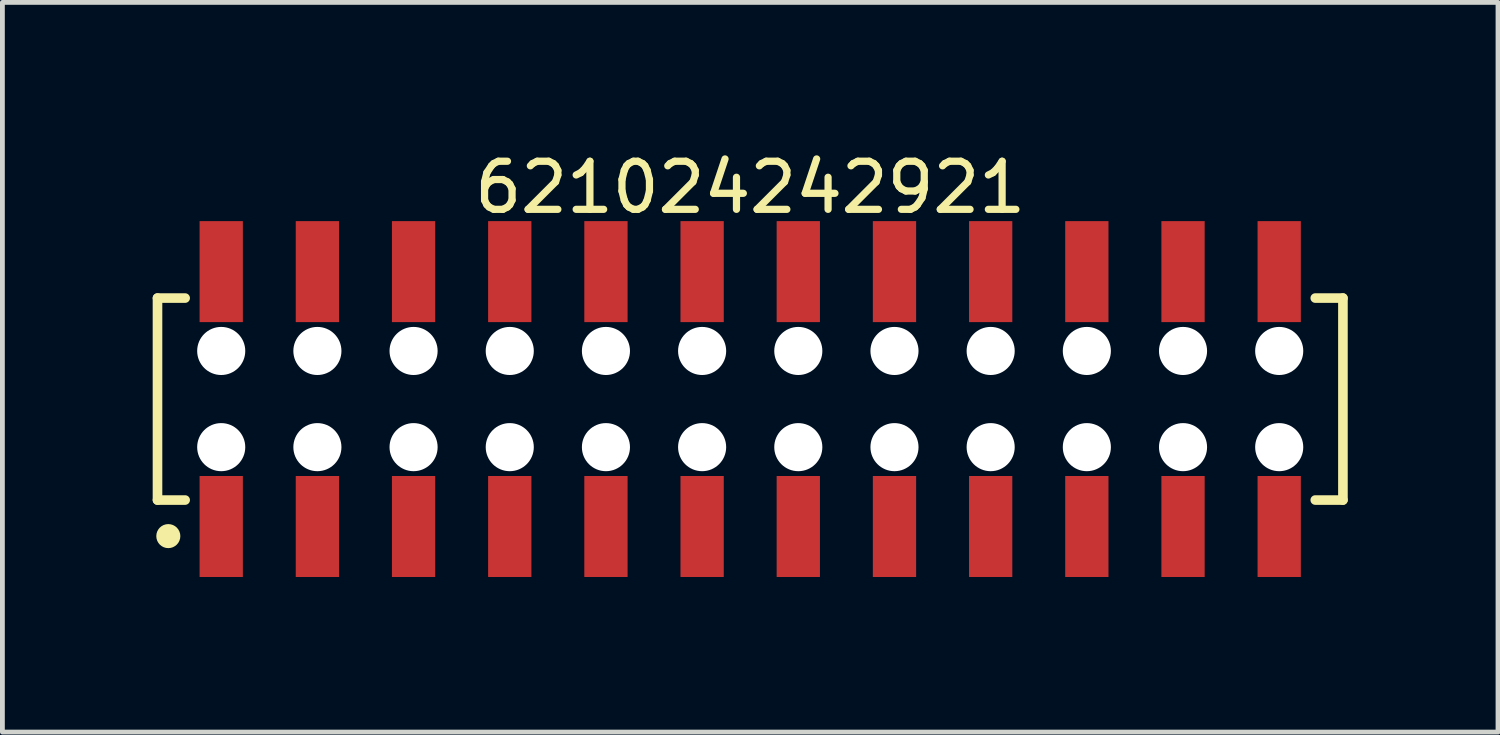
<source format=kicad_pcb>
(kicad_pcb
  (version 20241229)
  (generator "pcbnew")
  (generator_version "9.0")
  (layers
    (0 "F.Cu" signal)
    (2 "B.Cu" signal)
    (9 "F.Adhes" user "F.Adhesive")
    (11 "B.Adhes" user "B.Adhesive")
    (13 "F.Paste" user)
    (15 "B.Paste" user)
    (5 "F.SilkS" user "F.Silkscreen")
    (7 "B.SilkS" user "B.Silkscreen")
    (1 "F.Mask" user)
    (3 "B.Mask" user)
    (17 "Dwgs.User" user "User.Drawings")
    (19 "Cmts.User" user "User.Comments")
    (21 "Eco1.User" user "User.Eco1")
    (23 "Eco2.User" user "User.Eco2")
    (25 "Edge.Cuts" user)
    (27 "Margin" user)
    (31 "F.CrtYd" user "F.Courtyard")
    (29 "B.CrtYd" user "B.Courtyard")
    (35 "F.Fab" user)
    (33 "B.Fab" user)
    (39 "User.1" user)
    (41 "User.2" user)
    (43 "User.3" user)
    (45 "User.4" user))
  (footprint "621024242921"
    (layer "F.Cu")
    (at 12.55 5.248)
    (property "Reference" "621024242921" (at 0 -4.4 0) (layer "F.SilkS") (effects (font (size 1 1) (thickness 0.15))))
    (fp_line (start -12.325 -2.1) (end -11.75 -2.1) (stroke (width 0.2) (type solid)) (layer "F.SilkS"))
    (fp_line (start -12.325 2.1) (end -12.325 -2.1) (stroke (width 0.2) (type solid)) (layer "F.SilkS"))
    (fp_line (start -12.325 2.1) (end -11.75 2.1) (stroke (width 0.2) (type solid)) (layer "F.SilkS"))
    (fp_line (start 11.75 -2.1) (end 12.325 -2.1) (stroke (width 0.2) (type solid)) (layer "F.SilkS"))
    (fp_line (start 11.75 2.1) (end 12.325 2.1) (stroke (width 0.2) (type solid)) (layer "F.SilkS"))
    (fp_line (start 12.325 2.1) (end 12.325 -2.1) (stroke (width 0.2) (type solid)) (layer "F.SilkS"))
    (fp_circle (center -12.1 2.85) (end -12.1 2.725) (stroke (width 0.25) (type solid)) (fill no) (layer "F.SilkS"))
    (fp_line (start -12.525 -3.9) (end 12.525 -3.9) (stroke (width 0.05) (type solid)) (layer "Eco2.User"))
    (fp_line (start -12.525 3.9) (end -12.525 -3.9) (stroke (width 0.05) (type solid)) (layer "Eco2.User"))
    (fp_line (start -12.525 3.9) (end 12.525 3.9) (stroke (width 0.05) (type solid)) (layer "Eco2.User"))
    (fp_line (start -12.2 -2) (end 12.2 -2) (stroke (width 0.1) (type solid)) (layer "Eco2.User"))
    (fp_line (start -12.2 2) (end -12.2 -2) (stroke (width 0.1) (type solid)) (layer "Eco2.User"))
    (fp_line (start -12.2 2) (end 12.2 2) (stroke (width 0.1) (type solid)) (layer "Eco2.User"))
    (fp_line (start -11.25 -3.1) (end -10.75 -3.1) (stroke (width 0.1) (type solid)) (layer "Eco2.User"))
    (fp_line (start -11.25 -2) (end -11.25 -3.1) (stroke (width 0.1) (type solid)) (layer "Eco2.User"))
    (fp_line (start -11.25 3.1) (end -11.25 2) (stroke (width 0.1) (type solid)) (layer "Eco2.User"))
    (fp_line (start -11.25 3.1) (end -10.75 3.1) (stroke (width 0.1) (type solid)) (layer "Eco2.User"))
    (fp_line (start -10.75 -2) (end -10.75 -3.1) (stroke (width 0.1) (type solid)) (layer "Eco2.User"))
    (fp_line (start -10.75 3.1) (end -10.75 2) (stroke (width 0.1) (type solid)) (layer "Eco2.User"))
    (fp_line (start -9.25 -3.1) (end -8.75 -3.1) (stroke (width 0.1) (type solid)) (layer "Eco2.User"))
    (fp_line (start -9.25 -2) (end -9.25 -3.1) (stroke (width 0.1) (type solid)) (layer "Eco2.User"))
    (fp_line (start -9.25 3.1) (end -9.25 2) (stroke (width 0.1) (type solid)) (layer "Eco2.User"))
    (fp_line (start -9.25 3.1) (end -8.75 3.1) (stroke (width 0.1) (type solid)) (layer "Eco2.User"))
    (fp_line (start -8.75 -2) (end -8.75 -3.1) (stroke (width 0.1) (type solid)) (layer "Eco2.User"))
    (fp_line (start -8.75 3.1) (end -8.75 2) (stroke (width 0.1) (type solid)) (layer "Eco2.User"))
    (fp_line (start -7.25 -3.1) (end -6.75 -3.1) (stroke (width 0.1) (type solid)) (layer "Eco2.User"))
    (fp_line (start -7.25 -2) (end -7.25 -3.1) (stroke (width 0.1) (type solid)) (layer "Eco2.User"))
    (fp_line (start -7.25 3.1) (end -7.25 2) (stroke (width 0.1) (type solid)) (layer "Eco2.User"))
    (fp_line (start -7.25 3.1) (end -6.75 3.1) (stroke (width 0.1) (type solid)) (layer "Eco2.User"))
    (fp_line (start -6.75 -2) (end -6.75 -3.1) (stroke (width 0.1) (type solid)) (layer "Eco2.User"))
    (fp_line (start -6.75 3.1) (end -6.75 2) (stroke (width 0.1) (type solid)) (layer "Eco2.User"))
    (fp_line (start -5.25 -3.1) (end -4.75 -3.1) (stroke (width 0.1) (type solid)) (layer "Eco2.User"))
    (fp_line (start -5.25 -2) (end -5.25 -3.1) (stroke (width 0.1) (type solid)) (layer "Eco2.User"))
    (fp_line (start -5.25 3.1) (end -5.25 2) (stroke (width 0.1) (type solid)) (layer "Eco2.User"))
    (fp_line (start -5.25 3.1) (end -4.75 3.1) (stroke (width 0.1) (type solid)) (layer "Eco2.User"))
    (fp_line (start -4.75 -2) (end -4.75 -3.1) (stroke (width 0.1) (type solid)) (layer "Eco2.User"))
    (fp_line (start -4.75 3.1) (end -4.75 2) (stroke (width 0.1) (type solid)) (layer "Eco2.User"))
    (fp_line (start -3.25 -3.1) (end -2.75 -3.1) (stroke (width 0.1) (type solid)) (layer "Eco2.User"))
    (fp_line (start -3.25 -2) (end -3.25 -3.1) (stroke (width 0.1) (type solid)) (layer "Eco2.User"))
    (fp_line (start -3.25 3.1) (end -3.25 2) (stroke (width 0.1) (type solid)) (layer "Eco2.User"))
    (fp_line (start -3.25 3.1) (end -2.75 3.1) (stroke (width 0.1) (type solid)) (layer "Eco2.User"))
    (fp_line (start -2.75 -2) (end -2.75 -3.1) (stroke (width 0.1) (type solid)) (layer "Eco2.User"))
    (fp_line (start -2.75 3.1) (end -2.75 2) (stroke (width 0.1) (type solid)) (layer "Eco2.User"))
    (fp_line (start -1.25 -3.1) (end -0.75 -3.1) (stroke (width 0.1) (type solid)) (layer "Eco2.User"))
    (fp_line (start -1.25 -2) (end -1.25 -3.1) (stroke (width 0.1) (type solid)) (layer "Eco2.User"))
    (fp_line (start -1.25 3.1) (end -1.25 2) (stroke (width 0.1) (type solid)) (layer "Eco2.User"))
    (fp_line (start -1.25 3.1) (end -0.75 3.1) (stroke (width 0.1) (type solid)) (layer "Eco2.User"))
    (fp_line (start -0.75 -2) (end -0.75 -3.1) (stroke (width 0.1) (type solid)) (layer "Eco2.User"))
    (fp_line (start -0.75 3.1) (end -0.75 2) (stroke (width 0.1) (type solid)) (layer "Eco2.User"))
    (fp_line (start -0.5 0) (end 0.5 0) (stroke (width 0.05) (type solid)) (layer "Eco2.User"))
    (fp_line (start 0 0.5) (end 0 -0.5) (stroke (width 0.05) (type solid)) (layer "Eco2.User"))
    (fp_line (start 0.75 -3.1) (end 1.25 -3.1) (stroke (width 0.1) (type solid)) (layer "Eco2.User"))
    (fp_line (start 0.75 -2) (end 0.75 -3.1) (stroke (width 0.1) (type solid)) (layer "Eco2.User"))
    (fp_line (start 0.75 3.1) (end 0.75 2) (stroke (width 0.1) (type solid)) (layer "Eco2.User"))
    (fp_line (start 0.75 3.1) (end 1.25 3.1) (stroke (width 0.1) (type solid)) (layer "Eco2.User"))
    (fp_line (start 1.25 -2) (end 1.25 -3.1) (stroke (width 0.1) (type solid)) (layer "Eco2.User"))
    (fp_line (start 1.25 3.1) (end 1.25 2) (stroke (width 0.1) (type solid)) (layer "Eco2.User"))
    (fp_line (start 2.75 -3.1) (end 3.25 -3.1) (stroke (width 0.1) (type solid)) (layer "Eco2.User"))
    (fp_line (start 2.75 -2) (end 2.75 -3.1) (stroke (width 0.1) (type solid)) (layer "Eco2.User"))
    (fp_line (start 2.75 3.1) (end 2.75 2) (stroke (width 0.1) (type solid)) (layer "Eco2.User"))
    (fp_line (start 2.75 3.1) (end 3.25 3.1) (stroke (width 0.1) (type solid)) (layer "Eco2.User"))
    (fp_line (start 3.25 -2) (end 3.25 -3.1) (stroke (width 0.1) (type solid)) (layer "Eco2.User"))
    (fp_line (start 3.25 3.1) (end 3.25 2) (stroke (width 0.1) (type solid)) (layer "Eco2.User"))
    (fp_line (start 4.75 -3.1) (end 5.25 -3.1) (stroke (width 0.1) (type solid)) (layer "Eco2.User"))
    (fp_line (start 4.75 -2) (end 4.75 -3.1) (stroke (width 0.1) (type solid)) (layer "Eco2.User"))
    (fp_line (start 4.75 3.1) (end 4.75 2) (stroke (width 0.1) (type solid)) (layer "Eco2.User"))
    (fp_line (start 4.75 3.1) (end 5.25 3.1) (stroke (width 0.1) (type solid)) (layer "Eco2.User"))
    (fp_line (start 5.25 -2) (end 5.25 -3.1) (stroke (width 0.1) (type solid)) (layer "Eco2.User"))
    (fp_line (start 5.25 3.1) (end 5.25 2) (stroke (width 0.1) (type solid)) (layer "Eco2.User"))
    (fp_line (start 6.75 -3.1) (end 7.25 -3.1) (stroke (width 0.1) (type solid)) (layer "Eco2.User"))
    (fp_line (start 6.75 -2) (end 6.75 -3.1) (stroke (width 0.1) (type solid)) (layer "Eco2.User"))
    (fp_line (start 6.75 3.1) (end 6.75 2) (stroke (width 0.1) (type solid)) (layer "Eco2.User"))
    (fp_line (start 6.75 3.1) (end 7.25 3.1) (stroke (width 0.1) (type solid)) (layer "Eco2.User"))
    (fp_line (start 7.25 -2) (end 7.25 -3.1) (stroke (width 0.1) (type solid)) (layer "Eco2.User"))
    (fp_line (start 7.25 3.1) (end 7.25 2) (stroke (width 0.1) (type solid)) (layer "Eco2.User"))
    (fp_line (start 8.75 -3.1) (end 9.25 -3.1) (stroke (width 0.1) (type solid)) (layer "Eco2.User"))
    (fp_line (start 8.75 -2) (end 8.75 -3.1) (stroke (width 0.1) (type solid)) (layer "Eco2.User"))
    (fp_line (start 8.75 3.1) (end 8.75 2) (stroke (width 0.1) (type solid)) (layer "Eco2.User"))
    (fp_line (start 8.75 3.1) (end 9.25 3.1) (stroke (width 0.1) (type solid)) (layer "Eco2.User"))
    (fp_line (start 9.25 -2) (end 9.25 -3.1) (stroke (width 0.1) (type solid)) (layer "Eco2.User"))
    (fp_line (start 9.25 3.1) (end 9.25 2) (stroke (width 0.1) (type solid)) (layer "Eco2.User"))
    (fp_line (start 10.75 -3.1) (end 11.25 -3.1) (stroke (width 0.1) (type solid)) (layer "Eco2.User"))
    (fp_line (start 10.75 -2) (end 10.75 -3.1) (stroke (width 0.1) (type solid)) (layer "Eco2.User"))
    (fp_line (start 10.75 3.1) (end 10.75 2) (stroke (width 0.1) (type solid)) (layer "Eco2.User"))
    (fp_line (start 10.75 3.1) (end 11.25 3.1) (stroke (width 0.1) (type solid)) (layer "Eco2.User"))
    (fp_line (start 11.25 -2) (end 11.25 -3.1) (stroke (width 0.1) (type solid)) (layer "Eco2.User"))
    (fp_line (start 11.25 3.1) (end 11.25 2) (stroke (width 0.1) (type solid)) (layer "Eco2.User"))
    (fp_line (start 12.2 2) (end 12.2 -2) (stroke (width 0.1) (type solid)) (layer "Eco2.User"))
    (fp_line (start 12.525 3.9) (end 12.525 -3.9) (stroke (width 0.05) (type solid)) (layer "Eco2.User"))
    (fp_text user "${REFERENCE}" (at 0.15 -0.197 0) (unlocked yes) (layer "User.3") (effects (font (size 1.5 1.5) (thickness 0.15))))
    (pad "" np_thru_hole circle (at -11 -1) (size 1 1) (drill 1) (layers "*.Cu" "*.Mask"))
    (pad "" np_thru_hole circle (at -11 1) (size 1 1) (drill 1) (layers "*.Cu" "*.Mask"))
    (pad "" np_thru_hole circle (at -9 -1) (size 1 1) (drill 1) (layers "*.Cu" "*.Mask"))
    (pad "" np_thru_hole circle (at -9 1) (size 1 1) (drill 1) (layers "*.Cu" "*.Mask"))
    (pad "" np_thru_hole circle (at -7 -1) (size 1 1) (drill 1) (layers "*.Cu" "*.Mask"))
    (pad "" np_thru_hole circle (at -7 1) (size 1 1) (drill 1) (layers "*.Cu" "*.Mask"))
    (pad "" np_thru_hole circle (at -5 -1) (size 1 1) (drill 1) (layers "*.Cu" "*.Mask"))
    (pad "" np_thru_hole circle (at -5 1) (size 1 1) (drill 1) (layers "*.Cu" "*.Mask"))
    (pad "" np_thru_hole circle (at -3 -1) (size 1 1) (drill 1) (layers "*.Cu" "*.Mask"))
    (pad "" np_thru_hole circle (at -3 1) (size 1 1) (drill 1) (layers "*.Cu" "*.Mask"))
    (pad "" np_thru_hole circle (at -1 -1) (size 1 1) (drill 1) (layers "*.Cu" "*.Mask"))
    (pad "" np_thru_hole circle (at -1 1) (size 1 1) (drill 1) (layers "*.Cu" "*.Mask"))
    (pad "" np_thru_hole circle (at 1 -1) (size 1 1) (drill 1) (layers "*.Cu" "*.Mask"))
    (pad "" np_thru_hole circle (at 1 1) (size 1 1) (drill 1) (layers "*.Cu" "*.Mask"))
    (pad "" np_thru_hole circle (at 3 -1) (size 1 1) (drill 1) (layers "*.Cu" "*.Mask"))
    (pad "" np_thru_hole circle (at 3 1) (size 1 1) (drill 1) (layers "*.Cu" "*.Mask"))
    (pad "" np_thru_hole circle (at 5 -1) (size 1 1) (drill 1) (layers "*.Cu" "*.Mask"))
    (pad "" np_thru_hole circle (at 5 1) (size 1 1) (drill 1) (layers "*.Cu" "*.Mask"))
    (pad "" np_thru_hole circle (at 7 -1) (size 1 1) (drill 1) (layers "*.Cu" "*.Mask"))
    (pad "" np_thru_hole circle (at 7 1) (size 1 1) (drill 1) (layers "*.Cu" "*.Mask"))
    (pad "" np_thru_hole circle (at 9 -1) (size 1 1) (drill 1) (layers "*.Cu" "*.Mask"))
    (pad "" np_thru_hole circle (at 9 1) (size 1 1) (drill 1) (layers "*.Cu" "*.Mask"))
    (pad "" np_thru_hole circle (at 11 -1) (size 1 1) (drill 1) (layers "*.Cu" "*.Mask"))
    (pad "" np_thru_hole circle (at 11 1) (size 1 1) (drill 1) (layers "*.Cu" "*.Mask"))
    (pad "1" smd rect (at -11 2.65) (size 0.9 2.1) (layers "F.Cu" "F.Mask" "F.Paste"))
    (pad "2" smd rect (at -11 -2.65) (size 0.9 2.1) (layers "F.Cu" "F.Mask" "F.Paste"))
    (pad "3" smd rect (at -9 2.65) (size 0.9 2.1) (layers "F.Cu" "F.Mask" "F.Paste"))
    (pad "4" smd rect (at -9 -2.65) (size 0.9 2.1) (layers "F.Cu" "F.Mask" "F.Paste"))
    (pad "5" smd rect (at -7 2.65) (size 0.9 2.1) (layers "F.Cu" "F.Mask" "F.Paste"))
    (pad "6" smd rect (at -7 -2.65) (size 0.9 2.1) (layers "F.Cu" "F.Mask" "F.Paste"))
    (pad "7" smd rect (at -5 2.65) (size 0.9 2.1) (layers "F.Cu" "F.Mask" "F.Paste"))
    (pad "8" smd rect (at -5 -2.65) (size 0.9 2.1) (layers "F.Cu" "F.Mask" "F.Paste"))
    (pad "9" smd rect (at -3 2.65) (size 0.9 2.1) (layers "F.Cu" "F.Mask" "F.Paste"))
    (pad "10" smd rect (at -3 -2.65) (size 0.9 2.1) (layers "F.Cu" "F.Mask" "F.Paste"))
    (pad "11" smd rect (at -1 2.65) (size 0.9 2.1) (layers "F.Cu" "F.Mask" "F.Paste"))
    (pad "12" smd rect (at -1 -2.65) (size 0.9 2.1) (layers "F.Cu" "F.Mask" "F.Paste"))
    (pad "13" smd rect (at 1 2.65) (size 0.9 2.1) (layers "F.Cu" "F.Mask" "F.Paste"))
    (pad "14" smd rect (at 1 -2.65) (size 0.9 2.1) (layers "F.Cu" "F.Mask" "F.Paste"))
    (pad "15" smd rect (at 3 2.65) (size 0.9 2.1) (layers "F.Cu" "F.Mask" "F.Paste"))
    (pad "16" smd rect (at 3 -2.65) (size 0.9 2.1) (layers "F.Cu" "F.Mask" "F.Paste"))
    (pad "17" smd rect (at 5 2.65) (size 0.9 2.1) (layers "F.Cu" "F.Mask" "F.Paste"))
    (pad "18" smd rect (at 5 -2.65) (size 0.9 2.1) (layers "F.Cu" "F.Mask" "F.Paste"))
    (pad "19" smd rect (at 7 2.65) (size 0.9 2.1) (layers "F.Cu" "F.Mask" "F.Paste"))
    (pad "20" smd rect (at 7 -2.65) (size 0.9 2.1) (layers "F.Cu" "F.Mask" "F.Paste"))
    (pad "21" smd rect (at 9 2.65) (size 0.9 2.1) (layers "F.Cu" "F.Mask" "F.Paste"))
    (pad "22" smd rect (at 9 -2.65) (size 0.9 2.1) (layers "F.Cu" "F.Mask" "F.Paste"))
    (pad "23" smd rect (at 11 2.65) (size 0.9 2.1) (layers "F.Cu" "F.Mask" "F.Paste"))
    (pad "24" smd rect (at 11 -2.65) (size 0.9 2.1) (layers "F.Cu" "F.Mask" "F.Paste")))
  (gr_rect
    (start -3 -3)
    (end 28.1 12.173)
    (stroke (width 0.1) (type default))
    (fill no)
    (layer "Edge.Cuts")))
</source>
